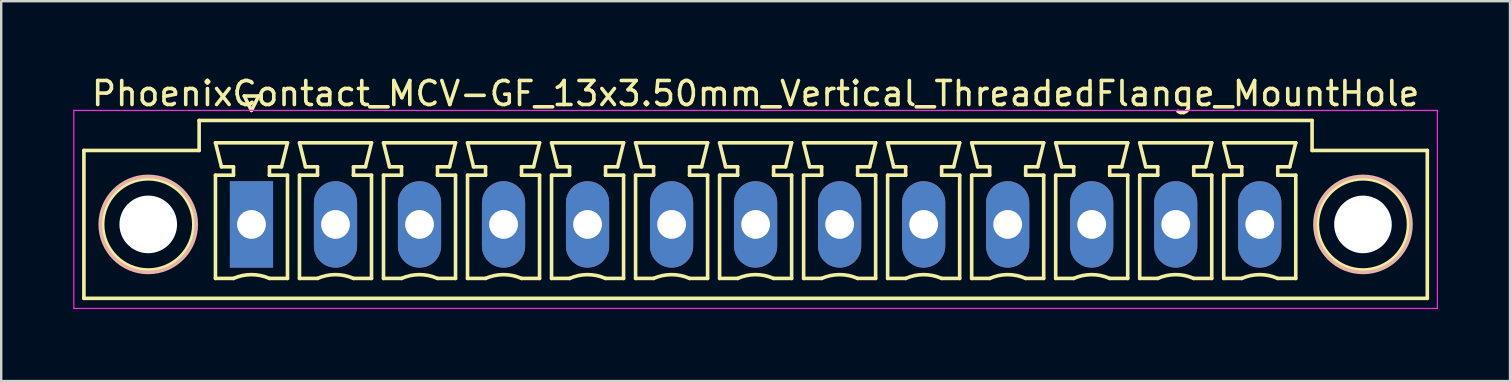
<source format=kicad_pcb>
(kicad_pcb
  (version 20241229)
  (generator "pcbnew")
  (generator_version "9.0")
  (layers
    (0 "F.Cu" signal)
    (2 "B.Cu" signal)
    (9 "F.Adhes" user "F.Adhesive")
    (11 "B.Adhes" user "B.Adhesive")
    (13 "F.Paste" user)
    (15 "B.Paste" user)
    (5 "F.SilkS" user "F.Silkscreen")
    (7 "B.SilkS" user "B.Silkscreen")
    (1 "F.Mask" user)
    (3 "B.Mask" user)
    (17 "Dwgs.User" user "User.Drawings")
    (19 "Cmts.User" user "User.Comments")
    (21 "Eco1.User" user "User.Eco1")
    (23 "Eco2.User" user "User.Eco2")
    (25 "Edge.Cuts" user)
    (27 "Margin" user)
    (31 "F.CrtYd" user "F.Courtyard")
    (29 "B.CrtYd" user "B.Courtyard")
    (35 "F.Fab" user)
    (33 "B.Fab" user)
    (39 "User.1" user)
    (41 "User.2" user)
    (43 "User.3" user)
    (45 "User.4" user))
  (footprint "PhoenixContact_MCV-GF_13x3.50mm_Vertical_ThreadedFlange_MountHole"
    (layer "F.Cu")
    (at 7.425 6.298)
    (property "Reference" "PhoenixContact_MCV-GF_13x3.50mm_Vertical_ThreadedFlange_MountHole" (at 21 -5.45 0) (layer "F.SilkS") (effects (font (size 1 1) (thickness 0.15))))
    (attr through_hole)
    (fp_line (start -6.98 -3.08) (end -6.98 3.08) (stroke (width 0.15) (type solid)) (layer "F.SilkS"))
    (fp_line (start -6.98 3.08) (end 48.98 3.08) (stroke (width 0.15) (type solid)) (layer "F.SilkS"))
    (fp_line (start -2.18 -4.33) (end -2.18 -3.08) (stroke (width 0.15) (type solid)) (layer "F.SilkS"))
    (fp_line (start -2.18 -3.08) (end -6.98 -3.08) (stroke (width 0.15) (type solid)) (layer "F.SilkS"))
    (fp_line (start -1.5 -3.4) (end 1.5 -3.4) (stroke (width 0.15) (type solid)) (layer "F.SilkS"))
    (fp_line (start -1.5 -2.05) (end -0.75 -2.05) (stroke (width 0.15) (type solid)) (layer "F.SilkS"))
    (fp_line (start -1.5 2.25) (end -1.5 -2.05) (stroke (width 0.15) (type solid)) (layer "F.SilkS"))
    (fp_line (start -1.25 -2.4) (end -1.5 -3.4) (stroke (width 0.15) (type solid)) (layer "F.SilkS"))
    (fp_line (start -0.75 -2.4) (end -1.25 -2.4) (stroke (width 0.15) (type solid)) (layer "F.SilkS"))
    (fp_line (start -0.75 -2.05) (end -0.75 -2.4) (stroke (width 0.15) (type solid)) (layer "F.SilkS"))
    (fp_line (start -0.75 2.25) (end -1.5 2.25) (stroke (width 0.15) (type solid)) (layer "F.SilkS"))
    (fp_line (start -0.3 -5.35) (end 0 -4.75) (stroke (width 0.15) (type solid)) (layer "F.SilkS"))
    (fp_line (start 0 -4.75) (end 0.3 -5.35) (stroke (width 0.15) (type solid)) (layer "F.SilkS"))
    (fp_line (start 0.3 -5.35) (end -0.3 -5.35) (stroke (width 0.15) (type solid)) (layer "F.SilkS"))
    (fp_line (start 0.75 -2.4) (end 0.75 -2.05) (stroke (width 0.15) (type solid)) (layer "F.SilkS"))
    (fp_line (start 0.75 -2.05) (end 0.75 -2.05) (stroke (width 0.15) (type solid)) (layer "F.SilkS"))
    (fp_line (start 0.75 -2.05) (end 1.5 -2.05) (stroke (width 0.15) (type solid)) (layer "F.SilkS"))
    (fp_line (start 1.25 -2.4) (end 0.75 -2.4) (stroke (width 0.15) (type solid)) (layer "F.SilkS"))
    (fp_line (start 1.5 -3.4) (end 1.25 -2.4) (stroke (width 0.15) (type solid)) (layer "F.SilkS"))
    (fp_line (start 1.5 -2.05) (end 1.5 2.25) (stroke (width 0.15) (type solid)) (layer "F.SilkS"))
    (fp_line (start 1.5 2.25) (end 0.75 2.25) (stroke (width 0.15) (type solid)) (layer "F.SilkS"))
    (fp_line (start 2 -3.4) (end 5 -3.4) (stroke (width 0.15) (type solid)) (layer "F.SilkS"))
    (fp_line (start 2 -2.05) (end 2.75 -2.05) (stroke (width 0.15) (type solid)) (layer "F.SilkS"))
    (fp_line (start 2 2.25) (end 2 -2.05) (stroke (width 0.15) (type solid)) (layer "F.SilkS"))
    (fp_line (start 2.25 -2.4) (end 2 -3.4) (stroke (width 0.15) (type solid)) (layer "F.SilkS"))
    (fp_line (start 2.75 -2.4) (end 2.25 -2.4) (stroke (width 0.15) (type solid)) (layer "F.SilkS"))
    (fp_line (start 2.75 -2.05) (end 2.75 -2.4) (stroke (width 0.15) (type solid)) (layer "F.SilkS"))
    (fp_line (start 2.75 2.25) (end 2 2.25) (stroke (width 0.15) (type solid)) (layer "F.SilkS"))
    (fp_line (start 4.25 -2.4) (end 4.25 -2.05) (stroke (width 0.15) (type solid)) (layer "F.SilkS"))
    (fp_line (start 4.25 -2.05) (end 4.25 -2.05) (stroke (width 0.15) (type solid)) (layer "F.SilkS"))
    (fp_line (start 4.25 -2.05) (end 5 -2.05) (stroke (width 0.15) (type solid)) (layer "F.SilkS"))
    (fp_line (start 4.75 -2.4) (end 4.25 -2.4) (stroke (width 0.15) (type solid)) (layer "F.SilkS"))
    (fp_line (start 5 -3.4) (end 4.75 -2.4) (stroke (width 0.15) (type solid)) (layer "F.SilkS"))
    (fp_line (start 5 -2.05) (end 5 2.25) (stroke (width 0.15) (type solid)) (layer "F.SilkS"))
    (fp_line (start 5 2.25) (end 4.25 2.25) (stroke (width 0.15) (type solid)) (layer "F.SilkS"))
    (fp_line (start 5.5 -3.4) (end 8.5 -3.4) (stroke (width 0.15) (type solid)) (layer "F.SilkS"))
    (fp_line (start 5.5 -2.05) (end 6.25 -2.05) (stroke (width 0.15) (type solid)) (layer "F.SilkS"))
    (fp_line (start 5.5 2.25) (end 5.5 -2.05) (stroke (width 0.15) (type solid)) (layer "F.SilkS"))
    (fp_line (start 5.75 -2.4) (end 5.5 -3.4) (stroke (width 0.15) (type solid)) (layer "F.SilkS"))
    (fp_line (start 6.25 -2.4) (end 5.75 -2.4) (stroke (width 0.15) (type solid)) (layer "F.SilkS"))
    (fp_line (start 6.25 -2.05) (end 6.25 -2.4) (stroke (width 0.15) (type solid)) (layer "F.SilkS"))
    (fp_line (start 6.25 2.25) (end 5.5 2.25) (stroke (width 0.15) (type solid)) (layer "F.SilkS"))
    (fp_line (start 7.75 -2.4) (end 7.75 -2.05) (stroke (width 0.15) (type solid)) (layer "F.SilkS"))
    (fp_line (start 7.75 -2.05) (end 7.75 -2.05) (stroke (width 0.15) (type solid)) (layer "F.SilkS"))
    (fp_line (start 7.75 -2.05) (end 8.5 -2.05) (stroke (width 0.15) (type solid)) (layer "F.SilkS"))
    (fp_line (start 8.25 -2.4) (end 7.75 -2.4) (stroke (width 0.15) (type solid)) (layer "F.SilkS"))
    (fp_line (start 8.5 -3.4) (end 8.25 -2.4) (stroke (width 0.15) (type solid)) (layer "F.SilkS"))
    (fp_line (start 8.5 -2.05) (end 8.5 2.25) (stroke (width 0.15) (type solid)) (layer "F.SilkS"))
    (fp_line (start 8.5 2.25) (end 7.75 2.25) (stroke (width 0.15) (type solid)) (layer "F.SilkS"))
    (fp_line (start 9 -3.4) (end 12 -3.4) (stroke (width 0.15) (type solid)) (layer "F.SilkS"))
    (fp_line (start 9 -2.05) (end 9.75 -2.05) (stroke (width 0.15) (type solid)) (layer "F.SilkS"))
    (fp_line (start 9 2.25) (end 9 -2.05) (stroke (width 0.15) (type solid)) (layer "F.SilkS"))
    (fp_line (start 9.25 -2.4) (end 9 -3.4) (stroke (width 0.15) (type solid)) (layer "F.SilkS"))
    (fp_line (start 9.75 -2.4) (end 9.25 -2.4) (stroke (width 0.15) (type solid)) (layer "F.SilkS"))
    (fp_line (start 9.75 -2.05) (end 9.75 -2.4) (stroke (width 0.15) (type solid)) (layer "F.SilkS"))
    (fp_line (start 9.75 2.25) (end 9 2.25) (stroke (width 0.15) (type solid)) (layer "F.SilkS"))
    (fp_line (start 11.25 -2.4) (end 11.25 -2.05) (stroke (width 0.15) (type solid)) (layer "F.SilkS"))
    (fp_line (start 11.25 -2.05) (end 11.25 -2.05) (stroke (width 0.15) (type solid)) (layer "F.SilkS"))
    (fp_line (start 11.25 -2.05) (end 12 -2.05) (stroke (width 0.15) (type solid)) (layer "F.SilkS"))
    (fp_line (start 11.75 -2.4) (end 11.25 -2.4) (stroke (width 0.15) (type solid)) (layer "F.SilkS"))
    (fp_line (start 12 -3.4) (end 11.75 -2.4) (stroke (width 0.15) (type solid)) (layer "F.SilkS"))
    (fp_line (start 12 -2.05) (end 12 2.25) (stroke (width 0.15) (type solid)) (layer "F.SilkS"))
    (fp_line (start 12 2.25) (end 11.25 2.25) (stroke (width 0.15) (type solid)) (layer "F.SilkS"))
    (fp_line (start 12.5 -3.4) (end 15.5 -3.4) (stroke (width 0.15) (type solid)) (layer "F.SilkS"))
    (fp_line (start 12.5 -2.05) (end 13.25 -2.05) (stroke (width 0.15) (type solid)) (layer "F.SilkS"))
    (fp_line (start 12.5 2.25) (end 12.5 -2.05) (stroke (width 0.15) (type solid)) (layer "F.SilkS"))
    (fp_line (start 12.75 -2.4) (end 12.5 -3.4) (stroke (width 0.15) (type solid)) (layer "F.SilkS"))
    (fp_line (start 13.25 -2.4) (end 12.75 -2.4) (stroke (width 0.15) (type solid)) (layer "F.SilkS"))
    (fp_line (start 13.25 -2.05) (end 13.25 -2.4) (stroke (width 0.15) (type solid)) (layer "F.SilkS"))
    (fp_line (start 13.25 2.25) (end 12.5 2.25) (stroke (width 0.15) (type solid)) (layer "F.SilkS"))
    (fp_line (start 14.75 -2.4) (end 14.75 -2.05) (stroke (width 0.15) (type solid)) (layer "F.SilkS"))
    (fp_line (start 14.75 -2.05) (end 14.75 -2.05) (stroke (width 0.15) (type solid)) (layer "F.SilkS"))
    (fp_line (start 14.75 -2.05) (end 15.5 -2.05) (stroke (width 0.15) (type solid)) (layer "F.SilkS"))
    (fp_line (start 15.25 -2.4) (end 14.75 -2.4) (stroke (width 0.15) (type solid)) (layer "F.SilkS"))
    (fp_line (start 15.5 -3.4) (end 15.25 -2.4) (stroke (width 0.15) (type solid)) (layer "F.SilkS"))
    (fp_line (start 15.5 -2.05) (end 15.5 2.25) (stroke (width 0.15) (type solid)) (layer "F.SilkS"))
    (fp_line (start 15.5 2.25) (end 14.75 2.25) (stroke (width 0.15) (type solid)) (layer "F.SilkS"))
    (fp_line (start 16 -3.4) (end 19 -3.4) (stroke (width 0.15) (type solid)) (layer "F.SilkS"))
    (fp_line (start 16 -2.05) (end 16.75 -2.05) (stroke (width 0.15) (type solid)) (layer "F.SilkS"))
    (fp_line (start 16 2.25) (end 16 -2.05) (stroke (width 0.15) (type solid)) (layer "F.SilkS"))
    (fp_line (start 16.25 -2.4) (end 16 -3.4) (stroke (width 0.15) (type solid)) (layer "F.SilkS"))
    (fp_line (start 16.75 -2.4) (end 16.25 -2.4) (stroke (width 0.15) (type solid)) (layer "F.SilkS"))
    (fp_line (start 16.75 -2.05) (end 16.75 -2.4) (stroke (width 0.15) (type solid)) (layer "F.SilkS"))
    (fp_line (start 16.75 2.25) (end 16 2.25) (stroke (width 0.15) (type solid)) (layer "F.SilkS"))
    (fp_line (start 18.25 -2.4) (end 18.25 -2.05) (stroke (width 0.15) (type solid)) (layer "F.SilkS"))
    (fp_line (start 18.25 -2.05) (end 18.25 -2.05) (stroke (width 0.15) (type solid)) (layer "F.SilkS"))
    (fp_line (start 18.25 -2.05) (end 19 -2.05) (stroke (width 0.15) (type solid)) (layer "F.SilkS"))
    (fp_line (start 18.75 -2.4) (end 18.25 -2.4) (stroke (width 0.15) (type solid)) (layer "F.SilkS"))
    (fp_line (start 19 -3.4) (end 18.75 -2.4) (stroke (width 0.15) (type solid)) (layer "F.SilkS"))
    (fp_line (start 19 -2.05) (end 19 2.25) (stroke (width 0.15) (type solid)) (layer "F.SilkS"))
    (fp_line (start 19 2.25) (end 18.25 2.25) (stroke (width 0.15) (type solid)) (layer "F.SilkS"))
    (fp_line (start 19.5 -3.4) (end 22.5 -3.4) (stroke (width 0.15) (type solid)) (layer "F.SilkS"))
    (fp_line (start 19.5 -2.05) (end 20.25 -2.05) (stroke (width 0.15) (type solid)) (layer "F.SilkS"))
    (fp_line (start 19.5 2.25) (end 19.5 -2.05) (stroke (width 0.15) (type solid)) (layer "F.SilkS"))
    (fp_line (start 19.75 -2.4) (end 19.5 -3.4) (stroke (width 0.15) (type solid)) (layer "F.SilkS"))
    (fp_line (start 20.25 -2.4) (end 19.75 -2.4) (stroke (width 0.15) (type solid)) (layer "F.SilkS"))
    (fp_line (start 20.25 -2.05) (end 20.25 -2.4) (stroke (width 0.15) (type solid)) (layer "F.SilkS"))
    (fp_line (start 20.25 2.25) (end 19.5 2.25) (stroke (width 0.15) (type solid)) (layer "F.SilkS"))
    (fp_line (start 21.75 -2.4) (end 21.75 -2.05) (stroke (width 0.15) (type solid)) (layer "F.SilkS"))
    (fp_line (start 21.75 -2.05) (end 21.75 -2.05) (stroke (width 0.15) (type solid)) (layer "F.SilkS"))
    (fp_line (start 21.75 -2.05) (end 22.5 -2.05) (stroke (width 0.15) (type solid)) (layer "F.SilkS"))
    (fp_line (start 22.25 -2.4) (end 21.75 -2.4) (stroke (width 0.15) (type solid)) (layer "F.SilkS"))
    (fp_line (start 22.5 -3.4) (end 22.25 -2.4) (stroke (width 0.15) (type solid)) (layer "F.SilkS"))
    (fp_line (start 22.5 -2.05) (end 22.5 2.25) (stroke (width 0.15) (type solid)) (layer "F.SilkS"))
    (fp_line (start 22.5 2.25) (end 21.75 2.25) (stroke (width 0.15) (type solid)) (layer "F.SilkS"))
    (fp_line (start 23 -3.4) (end 26 -3.4) (stroke (width 0.15) (type solid)) (layer "F.SilkS"))
    (fp_line (start 23 -2.05) (end 23.75 -2.05) (stroke (width 0.15) (type solid)) (layer "F.SilkS"))
    (fp_line (start 23 2.25) (end 23 -2.05) (stroke (width 0.15) (type solid)) (layer "F.SilkS"))
    (fp_line (start 23.25 -2.4) (end 23 -3.4) (stroke (width 0.15) (type solid)) (layer "F.SilkS"))
    (fp_line (start 23.75 -2.4) (end 23.25 -2.4) (stroke (width 0.15) (type solid)) (layer "F.SilkS"))
    (fp_line (start 23.75 -2.05) (end 23.75 -2.4) (stroke (width 0.15) (type solid)) (layer "F.SilkS"))
    (fp_line (start 23.75 2.25) (end 23 2.25) (stroke (width 0.15) (type solid)) (layer "F.SilkS"))
    (fp_line (start 25.25 -2.4) (end 25.25 -2.05) (stroke (width 0.15) (type solid)) (layer "F.SilkS"))
    (fp_line (start 25.25 -2.05) (end 25.25 -2.05) (stroke (width 0.15) (type solid)) (layer "F.SilkS"))
    (fp_line (start 25.25 -2.05) (end 26 -2.05) (stroke (width 0.15) (type solid)) (layer "F.SilkS"))
    (fp_line (start 25.75 -2.4) (end 25.25 -2.4) (stroke (width 0.15) (type solid)) (layer "F.SilkS"))
    (fp_line (start 26 -3.4) (end 25.75 -2.4) (stroke (width 0.15) (type solid)) (layer "F.SilkS"))
    (fp_line (start 26 -2.05) (end 26 2.25) (stroke (width 0.15) (type solid)) (layer "F.SilkS"))
    (fp_line (start 26 2.25) (end 25.25 2.25) (stroke (width 0.15) (type solid)) (layer "F.SilkS"))
    (fp_line (start 26.5 -3.4) (end 29.5 -3.4) (stroke (width 0.15) (type solid)) (layer "F.SilkS"))
    (fp_line (start 26.5 -2.05) (end 27.25 -2.05) (stroke (width 0.15) (type solid)) (layer "F.SilkS"))
    (fp_line (start 26.5 2.25) (end 26.5 -2.05) (stroke (width 0.15) (type solid)) (layer "F.SilkS"))
    (fp_line (start 26.75 -2.4) (end 26.5 -3.4) (stroke (width 0.15) (type solid)) (layer "F.SilkS"))
    (fp_line (start 27.25 -2.4) (end 26.75 -2.4) (stroke (width 0.15) (type solid)) (layer "F.SilkS"))
    (fp_line (start 27.25 -2.05) (end 27.25 -2.4) (stroke (width 0.15) (type solid)) (layer "F.SilkS"))
    (fp_line (start 27.25 2.25) (end 26.5 2.25) (stroke (width 0.15) (type solid)) (layer "F.SilkS"))
    (fp_line (start 28.75 -2.4) (end 28.75 -2.05) (stroke (width 0.15) (type solid)) (layer "F.SilkS"))
    (fp_line (start 28.75 -2.05) (end 28.75 -2.05) (stroke (width 0.15) (type solid)) (layer "F.SilkS"))
    (fp_line (start 28.75 -2.05) (end 29.5 -2.05) (stroke (width 0.15) (type solid)) (layer "F.SilkS"))
    (fp_line (start 29.25 -2.4) (end 28.75 -2.4) (stroke (width 0.15) (type solid)) (layer "F.SilkS"))
    (fp_line (start 29.5 -3.4) (end 29.25 -2.4) (stroke (width 0.15) (type solid)) (layer "F.SilkS"))
    (fp_line (start 29.5 -2.05) (end 29.5 2.25) (stroke (width 0.15) (type solid)) (layer "F.SilkS"))
    (fp_line (start 29.5 2.25) (end 28.75 2.25) (stroke (width 0.15) (type solid)) (layer "F.SilkS"))
    (fp_line (start 30 -3.4) (end 33 -3.4) (stroke (width 0.15) (type solid)) (layer "F.SilkS"))
    (fp_line (start 30 -2.05) (end 30.75 -2.05) (stroke (width 0.15) (type solid)) (layer "F.SilkS"))
    (fp_line (start 30 2.25) (end 30 -2.05) (stroke (width 0.15) (type solid)) (layer "F.SilkS"))
    (fp_line (start 30.25 -2.4) (end 30 -3.4) (stroke (width 0.15) (type solid)) (layer "F.SilkS"))
    (fp_line (start 30.75 -2.4) (end 30.25 -2.4) (stroke (width 0.15) (type solid)) (layer "F.SilkS"))
    (fp_line (start 30.75 -2.05) (end 30.75 -2.4) (stroke (width 0.15) (type solid)) (layer "F.SilkS"))
    (fp_line (start 30.75 2.25) (end 30 2.25) (stroke (width 0.15) (type solid)) (layer "F.SilkS"))
    (fp_line (start 32.25 -2.4) (end 32.25 -2.05) (stroke (width 0.15) (type solid)) (layer "F.SilkS"))
    (fp_line (start 32.25 -2.05) (end 32.25 -2.05) (stroke (width 0.15) (type solid)) (layer "F.SilkS"))
    (fp_line (start 32.25 -2.05) (end 33 -2.05) (stroke (width 0.15) (type solid)) (layer "F.SilkS"))
    (fp_line (start 32.75 -2.4) (end 32.25 -2.4) (stroke (width 0.15) (type solid)) (layer "F.SilkS"))
    (fp_line (start 33 -3.4) (end 32.75 -2.4) (stroke (width 0.15) (type solid)) (layer "F.SilkS"))
    (fp_line (start 33 -2.05) (end 33 2.25) (stroke (width 0.15) (type solid)) (layer "F.SilkS"))
    (fp_line (start 33 2.25) (end 32.25 2.25) (stroke (width 0.15) (type solid)) (layer "F.SilkS"))
    (fp_line (start 33.5 -3.4) (end 36.5 -3.4) (stroke (width 0.15) (type solid)) (layer "F.SilkS"))
    (fp_line (start 33.5 -2.05) (end 34.25 -2.05) (stroke (width 0.15) (type solid)) (layer "F.SilkS"))
    (fp_line (start 33.5 2.25) (end 33.5 -2.05) (stroke (width 0.15) (type solid)) (layer "F.SilkS"))
    (fp_line (start 33.75 -2.4) (end 33.5 -3.4) (stroke (width 0.15) (type solid)) (layer "F.SilkS"))
    (fp_line (start 34.25 -2.4) (end 33.75 -2.4) (stroke (width 0.15) (type solid)) (layer "F.SilkS"))
    (fp_line (start 34.25 -2.05) (end 34.25 -2.4) (stroke (width 0.15) (type solid)) (layer "F.SilkS"))
    (fp_line (start 34.25 2.25) (end 33.5 2.25) (stroke (width 0.15) (type solid)) (layer "F.SilkS"))
    (fp_line (start 35.75 -2.4) (end 35.75 -2.05) (stroke (width 0.15) (type solid)) (layer "F.SilkS"))
    (fp_line (start 35.75 -2.05) (end 35.75 -2.05) (stroke (width 0.15) (type solid)) (layer "F.SilkS"))
    (fp_line (start 35.75 -2.05) (end 36.5 -2.05) (stroke (width 0.15) (type solid)) (layer "F.SilkS"))
    (fp_line (start 36.25 -2.4) (end 35.75 -2.4) (stroke (width 0.15) (type solid)) (layer "F.SilkS"))
    (fp_line (start 36.5 -3.4) (end 36.25 -2.4) (stroke (width 0.15) (type solid)) (layer "F.SilkS"))
    (fp_line (start 36.5 -2.05) (end 36.5 2.25) (stroke (width 0.15) (type solid)) (layer "F.SilkS"))
    (fp_line (start 36.5 2.25) (end 35.75 2.25) (stroke (width 0.15) (type solid)) (layer "F.SilkS"))
    (fp_line (start 37 -3.4) (end 40 -3.4) (stroke (width 0.15) (type solid)) (layer "F.SilkS"))
    (fp_line (start 37 -2.05) (end 37.75 -2.05) (stroke (width 0.15) (type solid)) (layer "F.SilkS"))
    (fp_line (start 37 2.25) (end 37 -2.05) (stroke (width 0.15) (type solid)) (layer "F.SilkS"))
    (fp_line (start 37.25 -2.4) (end 37 -3.4) (stroke (width 0.15) (type solid)) (layer "F.SilkS"))
    (fp_line (start 37.75 -2.4) (end 37.25 -2.4) (stroke (width 0.15) (type solid)) (layer "F.SilkS"))
    (fp_line (start 37.75 -2.05) (end 37.75 -2.4) (stroke (width 0.15) (type solid)) (layer "F.SilkS"))
    (fp_line (start 37.75 2.25) (end 37 2.25) (stroke (width 0.15) (type solid)) (layer "F.SilkS"))
    (fp_line (start 39.25 -2.4) (end 39.25 -2.05) (stroke (width 0.15) (type solid)) (layer "F.SilkS"))
    (fp_line (start 39.25 -2.05) (end 39.25 -2.05) (stroke (width 0.15) (type solid)) (layer "F.SilkS"))
    (fp_line (start 39.25 -2.05) (end 40 -2.05) (stroke (width 0.15) (type solid)) (layer "F.SilkS"))
    (fp_line (start 39.75 -2.4) (end 39.25 -2.4) (stroke (width 0.15) (type solid)) (layer "F.SilkS"))
    (fp_line (start 40 -3.4) (end 39.75 -2.4) (stroke (width 0.15) (type solid)) (layer "F.SilkS"))
    (fp_line (start 40 -2.05) (end 40 2.25) (stroke (width 0.15) (type solid)) (layer "F.SilkS"))
    (fp_line (start 40 2.25) (end 39.25 2.25) (stroke (width 0.15) (type solid)) (layer "F.SilkS"))
    (fp_line (start 40.5 -3.4) (end 43.5 -3.4) (stroke (width 0.15) (type solid)) (layer "F.SilkS"))
    (fp_line (start 40.5 -2.05) (end 41.25 -2.05) (stroke (width 0.15) (type solid)) (layer "F.SilkS"))
    (fp_line (start 40.5 2.25) (end 40.5 -2.05) (stroke (width 0.15) (type solid)) (layer "F.SilkS"))
    (fp_line (start 40.75 -2.4) (end 40.5 -3.4) (stroke (width 0.15) (type solid)) (layer "F.SilkS"))
    (fp_line (start 41.25 -2.4) (end 40.75 -2.4) (stroke (width 0.15) (type solid)) (layer "F.SilkS"))
    (fp_line (start 41.25 -2.05) (end 41.25 -2.4) (stroke (width 0.15) (type solid)) (layer "F.SilkS"))
    (fp_line (start 41.25 2.25) (end 40.5 2.25) (stroke (width 0.15) (type solid)) (layer "F.SilkS"))
    (fp_line (start 42.75 -2.4) (end 42.75 -2.05) (stroke (width 0.15) (type solid)) (layer "F.SilkS"))
    (fp_line (start 42.75 -2.05) (end 42.75 -2.05) (stroke (width 0.15) (type solid)) (layer "F.SilkS"))
    (fp_line (start 42.75 -2.05) (end 43.5 -2.05) (stroke (width 0.15) (type solid)) (layer "F.SilkS"))
    (fp_line (start 43.25 -2.4) (end 42.75 -2.4) (stroke (width 0.15) (type solid)) (layer "F.SilkS"))
    (fp_line (start 43.5 -3.4) (end 43.25 -2.4) (stroke (width 0.15) (type solid)) (layer "F.SilkS"))
    (fp_line (start 43.5 -2.05) (end 43.5 2.25) (stroke (width 0.15) (type solid)) (layer "F.SilkS"))
    (fp_line (start 43.5 2.25) (end 42.75 2.25) (stroke (width 0.15) (type solid)) (layer "F.SilkS"))
    (fp_line (start 44.18 -4.33) (end -2.18 -4.33) (stroke (width 0.15) (type solid)) (layer "F.SilkS"))
    (fp_line (start 44.18 -3.08) (end 44.18 -4.33) (stroke (width 0.15) (type solid)) (layer "F.SilkS"))
    (fp_line (start 48.98 -3.08) (end 44.18 -3.08) (stroke (width 0.15) (type solid)) (layer "F.SilkS"))
    (fp_line (start 48.98 3.08) (end 48.98 -3.08) (stroke (width 0.15) (type solid)) (layer "F.SilkS"))
    (fp_arc (start -0.75 2.25) (mid -0.000193 2.09191) (end 0.749647 2.249844) (stroke (width 0.15) (type solid)) (layer "F.SilkS"))
    (fp_arc (start 2.75 2.25) (mid 3.499807 2.09191) (end 4.249647 2.249844) (stroke (width 0.15) (type solid)) (layer "F.SilkS"))
    (fp_arc (start 6.25 2.25) (mid 6.999807 2.09191) (end 7.749647 2.249844) (stroke (width 0.15) (type solid)) (layer "F.SilkS"))
    (fp_arc (start 9.75 2.25) (mid 10.499807 2.09191) (end 11.249647 2.249844) (stroke (width 0.15) (type solid)) (layer "F.SilkS"))
    (fp_arc (start 13.25 2.25) (mid 13.999807 2.09191) (end 14.749647 2.249844) (stroke (width 0.15) (type solid)) (layer "F.SilkS"))
    (fp_arc (start 16.75 2.25) (mid 17.499807 2.09191) (end 18.249647 2.249844) (stroke (width 0.15) (type solid)) (layer "F.SilkS"))
    (fp_arc (start 20.25 2.25) (mid 20.999807 2.09191) (end 21.749647 2.249844) (stroke (width 0.15) (type solid)) (layer "F.SilkS"))
    (fp_arc (start 23.75 2.25) (mid 24.499807 2.09191) (end 25.249647 2.249844) (stroke (width 0.15) (type solid)) (layer "F.SilkS"))
    (fp_arc (start 27.25 2.25) (mid 27.999807 2.09191) (end 28.749647 2.249844) (stroke (width 0.15) (type solid)) (layer "F.SilkS"))
    (fp_arc (start 30.75 2.25) (mid 31.499807 2.09191) (end 32.249647 2.249844) (stroke (width 0.15) (type solid)) (layer "F.SilkS"))
    (fp_arc (start 34.25 2.25) (mid 34.999807 2.09191) (end 35.749647 2.249844) (stroke (width 0.15) (type solid)) (layer "F.SilkS"))
    (fp_arc (start 37.75 2.25) (mid 38.499807 2.09191) (end 39.249647 2.249844) (stroke (width 0.15) (type solid)) (layer "F.SilkS"))
    (fp_arc (start 41.25 2.25) (mid 41.999807 2.09191) (end 42.749647 2.249844) (stroke (width 0.15) (type solid)) (layer "F.SilkS"))
    (fp_circle (center -4.3 0) (end -2.4 0) (stroke (width 0.15) (type solid)) (fill no) (layer "F.SilkS"))
    (fp_circle (center 46.3 0) (end 48.2 0) (stroke (width 0.15) (type solid)) (fill no) (layer "F.SilkS"))
    (fp_circle (center -4.3 0) (end -2.3 0) (stroke (width 0.15) (type solid)) (fill no) (layer "B.SilkS"))
    (fp_circle (center 46.3 0) (end 48.3 0) (stroke (width 0.15) (type solid)) (fill no) (layer "B.SilkS"))
    (fp_line (start -7.4 -4.75) (end -7.4 3.5) (stroke (width 0.05) (type solid)) (layer "F.CrtYd"))
    (fp_line (start -7.4 3.5) (end 49.4 3.5) (stroke (width 0.05) (type solid)) (layer "F.CrtYd"))
    (fp_line (start 49.4 -4.75) (end -7.4 -4.75) (stroke (width 0.05) (type solid)) (layer "F.CrtYd"))
    (fp_line (start 49.4 3.5) (end 49.4 -4.75) (stroke (width 0.05) (type solid)) (layer "F.CrtYd"))
    (pad "" np_thru_hole circle (at -4.3 0) (size 2.4 2.4) (drill 2.4) (layers "*.Cu" "*.Mask"))
    (pad "" np_thru_hole circle (at 46.3 0) (size 2.4 2.4) (drill 2.4) (layers "*.Cu" "*.Mask"))
    (pad "1" thru_hole rect (at 0 0) (size 1.8 3.6) (drill 1.2) (layers "*.Cu" "*.Mask"))
    (pad "2" thru_hole oval (at 3.5 0) (size 1.8 3.6) (drill 1.2) (layers "*.Cu" "*.Mask"))
    (pad "3" thru_hole oval (at 7 0) (size 1.8 3.6) (drill 1.2) (layers "*.Cu" "*.Mask"))
    (pad "4" thru_hole oval (at 10.5 0) (size 1.8 3.6) (drill 1.2) (layers "*.Cu" "*.Mask"))
    (pad "5" thru_hole oval (at 14 0) (size 1.8 3.6) (drill 1.2) (layers "*.Cu" "*.Mask"))
    (pad "6" thru_hole oval (at 17.5 0) (size 1.8 3.6) (drill 1.2) (layers "*.Cu" "*.Mask"))
    (pad "7" thru_hole oval (at 21 0) (size 1.8 3.6) (drill 1.2) (layers "*.Cu" "*.Mask"))
    (pad "8" thru_hole oval (at 24.5 0) (size 1.8 3.6) (drill 1.2) (layers "*.Cu" "*.Mask"))
    (pad "9" thru_hole oval (at 28 0) (size 1.8 3.6) (drill 1.2) (layers "*.Cu" "*.Mask"))
    (pad "10" thru_hole oval (at 31.5 0) (size 1.8 3.6) (drill 1.2) (layers "*.Cu" "*.Mask"))
    (pad "11" thru_hole oval (at 35 0) (size 1.8 3.6) (drill 1.2) (layers "*.Cu" "*.Mask"))
    (pad "12" thru_hole oval (at 38.5 0) (size 1.8 3.6) (drill 1.2) (layers "*.Cu" "*.Mask"))
    (pad "13" thru_hole oval (at 42 0) (size 1.8 3.6) (drill 1.2) (layers "*.Cu" "*.Mask")))
  (gr_rect
    (start -3 -3)
    (end 59.85 12.823)
    (stroke (width 0.1) (type default))
    (fill no)
    (layer "Edge.Cuts")))
</source>
